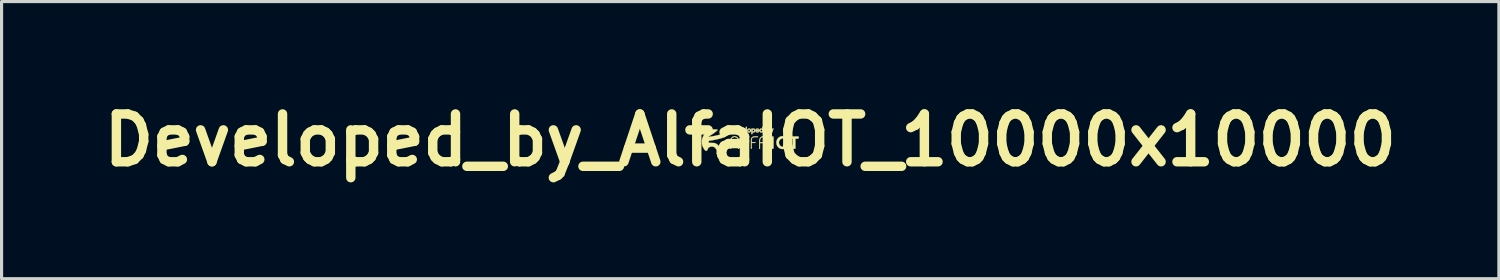
<source format=kicad_pcb>
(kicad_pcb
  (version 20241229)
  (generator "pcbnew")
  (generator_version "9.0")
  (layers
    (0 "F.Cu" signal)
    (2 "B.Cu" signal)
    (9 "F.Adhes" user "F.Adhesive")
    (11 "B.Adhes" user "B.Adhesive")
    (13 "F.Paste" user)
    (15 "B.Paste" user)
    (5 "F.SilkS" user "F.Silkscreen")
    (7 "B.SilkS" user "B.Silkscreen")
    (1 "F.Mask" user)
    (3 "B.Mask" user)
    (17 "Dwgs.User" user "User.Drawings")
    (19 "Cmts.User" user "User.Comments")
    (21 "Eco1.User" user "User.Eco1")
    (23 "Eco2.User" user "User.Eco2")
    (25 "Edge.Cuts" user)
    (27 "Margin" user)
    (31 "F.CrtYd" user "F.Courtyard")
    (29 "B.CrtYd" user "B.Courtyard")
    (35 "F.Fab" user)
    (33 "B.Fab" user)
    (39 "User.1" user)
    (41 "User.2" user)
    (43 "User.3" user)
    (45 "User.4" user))
  (footprint "Developed_by_AlfaIOT_10000x10000"
    (layer "F.Cu")
    (at 20.872 1.418)
    (property "Reference" "Developed_by_AlfaIOT_10000x10000" (at 0 0 0) (layer "F.SilkS") (effects (font (size 1.524 1.524) (thickness 0.3))))
    (attr through_hole)
    (fp_poly (pts (xy -0.109 -0.246) (xy -0.14 -0.246) (xy -0.14 -0.422) (xy -0.109 -0.422) (xy -0.109 -0.246)) (stroke (width 0.01) (type solid)) (fill yes) (layer "F.SilkS"))
    (fp_poly (pts (xy 1.539 -0.11) (xy 1.542 -0.103) (xy 1.544 -0.092) (xy 1.545 -0.081) (xy 1.544 -0.069) (xy 1.541 -0.059) (xy 1.539 -0.055) (xy 1.534 -0.048) (xy 1.439 -0.047) (xy 1.438 0.274) (xy 1.361 0.274) (xy 1.361 -0.048) (xy 1.268 -0.048) (xy 1.263 -0.055) (xy 1.26 -0.059) (xy 1.258 -0.065) (xy 1.257 -0.073) (xy 1.257 -0.083) (xy 1.258 -0.094) (xy 1.258 -0.101) (xy 1.26 -0.106) (xy 1.263 -0.11) (xy 1.268 -0.117) (xy 1.401 -0.117) (xy 1.534 -0.117) (xy 1.539 -0.11)) (stroke (width 0.01) (type solid)) (fill yes) (layer "F.SilkS"))
    (fp_poly (pts (xy -0.334 -0.278) (xy -0.304 -0.367) (xy -0.287 -0.368) (xy -0.278 -0.368) (xy -0.274 -0.367) (xy -0.272 -0.366) (xy -0.272 -0.365) (xy -0.273 -0.362) (xy -0.276 -0.354) (xy -0.28 -0.344) (xy -0.285 -0.33) (xy -0.29 -0.315) (xy -0.295 -0.304) (xy -0.316 -0.246) (xy -0.333 -0.246) (xy -0.343 -0.247) (xy -0.348 -0.247) (xy -0.351 -0.249) (xy -0.353 -0.252) (xy -0.353 -0.253) (xy -0.361 -0.273) (xy -0.368 -0.293) (xy -0.375 -0.311) (xy -0.382 -0.328) (xy -0.387 -0.342) (xy -0.391 -0.354) (xy -0.394 -0.362) (xy -0.396 -0.367) (xy -0.396 -0.367) (xy -0.394 -0.368) (xy -0.388 -0.368) (xy -0.38 -0.368) (xy -0.364 -0.368) (xy -0.334 -0.278)) (stroke (width 0.01) (type solid)) (fill yes) (layer "F.SilkS"))
    (fp_poly (pts (xy -0.257 -0.117) (xy -0.246 -0.117) (xy -0.246 0.025) (xy -0.246 0.06) (xy -0.246 0.091) (xy -0.246 0.118) (xy -0.246 0.141) (xy -0.245 0.159) (xy -0.245 0.172) (xy -0.244 0.18) (xy -0.244 0.182) (xy -0.237 0.202) (xy -0.227 0.22) (xy -0.214 0.234) (xy -0.196 0.244) (xy -0.176 0.251) (xy -0.176 0.251) (xy -0.169 0.252) (xy -0.158 0.253) (xy -0.143 0.253) (xy -0.126 0.254) (xy -0.108 0.254) (xy -0.104 0.254) (xy -0.046 0.254) (xy -0.046 0.274) (xy -0.114 0.274) (xy -0.138 0.274) (xy -0.158 0.274) (xy -0.173 0.273) (xy -0.183 0.272) (xy -0.19 0.271) (xy -0.192 0.271) (xy -0.213 0.261) (xy -0.232 0.248) (xy -0.247 0.231) (xy -0.257 0.214) (xy -0.265 0.197) (xy -0.266 0.04) (xy -0.267 -0.117) (xy -0.257 -0.117)) (stroke (width 0.01) (type solid)) (fill yes) (layer "F.SilkS"))
    (fp_poly (pts (xy 0.246 -0.097) (xy 0.176 -0.096) (xy 0.155 -0.096) (xy 0.139 -0.096) (xy 0.126 -0.095) (xy 0.116 -0.095) (xy 0.109 -0.094) (xy 0.104 -0.093) (xy 0.099 -0.092) (xy 0.095 -0.091) (xy 0.092 -0.089) (xy 0.08 -0.082) (xy 0.067 -0.071) (xy 0.057 -0.058) (xy 0.05 -0.045) (xy 0.049 -0.044) (xy 0.048 -0.039) (xy 0.046 -0.034) (xy 0.045 -0.027) (xy 0.045 -0.018) (xy 0.045 -0.005) (xy 0.044 0.011) (xy 0.044 0.018) (xy 0.044 0.067) (xy 0.104 0.068) (xy 0.163 0.069) (xy 0.163 0.089) (xy 0.043 0.089) (xy 0.043 0.274) (xy 0.023 0.274) (xy 0.023 0.119) (xy 0.024 -0.037) (xy 0.034 -0.056) (xy 0.046 -0.076) (xy 0.062 -0.092) (xy 0.081 -0.105) (xy 0.086 -0.107) (xy 0.103 -0.116) (xy 0.175 -0.116) (xy 0.246 -0.117) (xy 0.246 -0.097)) (stroke (width 0.01) (type solid)) (fill yes) (layer "F.SilkS"))
    (fp_poly (pts (xy -0.591 -0.408) (xy -0.574 -0.407) (xy -0.56 -0.404) (xy -0.549 -0.399) (xy -0.54 -0.392) (xy -0.533 -0.382) (xy -0.528 -0.375) (xy -0.521 -0.358) (xy -0.517 -0.34) (xy -0.517 -0.321) (xy -0.52 -0.303) (xy -0.525 -0.286) (xy -0.534 -0.272) (xy -0.546 -0.261) (xy -0.548 -0.259) (xy -0.556 -0.254) (xy -0.563 -0.251) (xy -0.572 -0.249) (xy -0.582 -0.247) (xy -0.595 -0.247) (xy -0.611 -0.246) (xy -0.614 -0.246) (xy -0.65 -0.246) (xy -0.65 -0.274) (xy -0.62 -0.274) (xy -0.598 -0.275) (xy -0.583 -0.277) (xy -0.573 -0.279) (xy -0.568 -0.281) (xy -0.56 -0.288) (xy -0.554 -0.298) (xy -0.551 -0.311) (xy -0.55 -0.328) (xy -0.55 -0.329) (xy -0.551 -0.346) (xy -0.554 -0.359) (xy -0.561 -0.369) (xy -0.57 -0.375) (xy -0.584 -0.379) (xy -0.598 -0.38) (xy -0.62 -0.382) (xy -0.62 -0.274) (xy -0.65 -0.274) (xy -0.65 -0.409) (xy -0.612 -0.409) (xy -0.591 -0.408)) (stroke (width 0.01) (type solid)) (fill yes) (layer "F.SilkS"))
    (fp_poly (pts (xy -0.012 -0.365) (xy -0.004 -0.361) (xy 0.009 -0.35) (xy 0.018 -0.336) (xy 0.023 -0.321) (xy 0.025 -0.305) (xy 0.022 -0.289) (xy 0.016 -0.274) (xy 0.005 -0.261) (xy 0.004 -0.259) (xy -0.011 -0.249) (xy -0.027 -0.244) (xy -0.044 -0.244) (xy -0.061 -0.249) (xy -0.063 -0.25) (xy -0.077 -0.259) (xy -0.087 -0.272) (xy -0.094 -0.287) (xy -0.096 -0.306) (xy -0.096 -0.306) (xy -0.066 -0.306) (xy -0.064 -0.295) (xy -0.058 -0.284) (xy -0.05 -0.277) (xy -0.04 -0.273) (xy -0.029 -0.274) (xy -0.019 -0.28) (xy -0.017 -0.282) (xy -0.011 -0.291) (xy -0.008 -0.303) (xy -0.008 -0.315) (xy -0.012 -0.326) (xy -0.019 -0.335) (xy -0.02 -0.335) (xy -0.028 -0.339) (xy -0.039 -0.34) (xy -0.048 -0.338) (xy -0.052 -0.336) (xy -0.057 -0.331) (xy -0.062 -0.322) (xy -0.065 -0.312) (xy -0.066 -0.306) (xy -0.096 -0.306) (xy -0.096 -0.308) (xy -0.095 -0.324) (xy -0.089 -0.338) (xy -0.08 -0.351) (xy -0.075 -0.355) (xy -0.061 -0.365) (xy -0.045 -0.37) (xy -0.029 -0.37) (xy -0.012 -0.365)) (stroke (width 0.01) (type solid)) (fill yes) (layer "F.SilkS"))
    (fp_poly (pts (xy 0.118 -0.368) (xy 0.132 -0.362) (xy 0.144 -0.353) (xy 0.152 -0.341) (xy 0.157 -0.327) (xy 0.16 -0.311) (xy 0.16 -0.295) (xy 0.157 -0.282) (xy 0.157 -0.281) (xy 0.148 -0.267) (xy 0.137 -0.255) (xy 0.123 -0.248) (xy 0.109 -0.244) (xy 0.093 -0.245) (xy 0.08 -0.25) (xy 0.069 -0.256) (xy 0.069 -0.193) (xy 0.035 -0.193) (xy 0.036 -0.28) (xy 0.036 -0.311) (xy 0.069 -0.311) (xy 0.07 -0.299) (xy 0.074 -0.288) (xy 0.081 -0.28) (xy 0.091 -0.274) (xy 0.093 -0.274) (xy 0.102 -0.274) (xy 0.112 -0.277) (xy 0.116 -0.279) (xy 0.123 -0.286) (xy 0.128 -0.296) (xy 0.129 -0.308) (xy 0.127 -0.319) (xy 0.126 -0.322) (xy 0.118 -0.333) (xy 0.109 -0.339) (xy 0.098 -0.34) (xy 0.088 -0.338) (xy 0.079 -0.331) (xy 0.072 -0.322) (xy 0.069 -0.311) (xy 0.036 -0.311) (xy 0.037 -0.367) (xy 0.051 -0.368) (xy 0.06 -0.368) (xy 0.064 -0.368) (xy 0.066 -0.366) (xy 0.066 -0.362) (xy 0.066 -0.362) (xy 0.066 -0.355) (xy 0.073 -0.36) (xy 0.087 -0.367) (xy 0.102 -0.37) (xy 0.118 -0.368)) (stroke (width 0.01) (type solid)) (fill yes) (layer "F.SilkS"))
    (fp_poly (pts (xy 0.417 -0.246) (xy 0.401 -0.246) (xy 0.393 -0.247) (xy 0.388 -0.247) (xy 0.386 -0.249) (xy 0.386 -0.251) (xy 0.386 -0.255) (xy 0.384 -0.256) (xy 0.38 -0.254) (xy 0.376 -0.251) (xy 0.367 -0.247) (xy 0.356 -0.245) (xy 0.344 -0.244) (xy 0.333 -0.246) (xy 0.329 -0.247) (xy 0.315 -0.256) (xy 0.304 -0.268) (xy 0.297 -0.28) (xy 0.293 -0.296) (xy 0.292 -0.307) (xy 0.323 -0.307) (xy 0.326 -0.294) (xy 0.326 -0.293) (xy 0.333 -0.282) (xy 0.342 -0.276) (xy 0.352 -0.273) (xy 0.363 -0.275) (xy 0.37 -0.278) (xy 0.378 -0.286) (xy 0.382 -0.297) (xy 0.383 -0.311) (xy 0.381 -0.32) (xy 0.378 -0.326) (xy 0.372 -0.332) (xy 0.366 -0.337) (xy 0.361 -0.34) (xy 0.355 -0.34) (xy 0.351 -0.34) (xy 0.339 -0.336) (xy 0.331 -0.329) (xy 0.325 -0.319) (xy 0.323 -0.307) (xy 0.292 -0.307) (xy 0.292 -0.313) (xy 0.296 -0.33) (xy 0.301 -0.342) (xy 0.312 -0.355) (xy 0.325 -0.364) (xy 0.339 -0.369) (xy 0.354 -0.369) (xy 0.369 -0.366) (xy 0.373 -0.364) (xy 0.384 -0.358) (xy 0.384 -0.422) (xy 0.417 -0.422) (xy 0.417 -0.246)) (stroke (width 0.01) (type solid)) (fill yes) (layer "F.SilkS"))
    (fp_poly (pts (xy 0.634 -0.368) (xy 0.634 -0.368) (xy 0.651 -0.367) (xy 0.666 -0.324) (xy 0.68 -0.281) (xy 0.694 -0.324) (xy 0.708 -0.367) (xy 0.725 -0.368) (xy 0.733 -0.368) (xy 0.739 -0.368) (xy 0.742 -0.367) (xy 0.741 -0.364) (xy 0.738 -0.357) (xy 0.735 -0.347) (xy 0.73 -0.334) (xy 0.724 -0.319) (xy 0.718 -0.303) (xy 0.712 -0.286) (xy 0.706 -0.27) (xy 0.699 -0.254) (xy 0.694 -0.24) (xy 0.689 -0.228) (xy 0.686 -0.219) (xy 0.684 -0.214) (xy 0.683 -0.213) (xy 0.675 -0.202) (xy 0.664 -0.195) (xy 0.65 -0.191) (xy 0.647 -0.191) (xy 0.632 -0.19) (xy 0.632 -0.204) (xy 0.633 -0.212) (xy 0.634 -0.217) (xy 0.636 -0.218) (xy 0.637 -0.218) (xy 0.647 -0.221) (xy 0.656 -0.227) (xy 0.659 -0.233) (xy 0.661 -0.239) (xy 0.663 -0.243) (xy 0.663 -0.244) (xy 0.662 -0.247) (xy 0.66 -0.254) (xy 0.656 -0.264) (xy 0.651 -0.278) (xy 0.645 -0.293) (xy 0.64 -0.306) (xy 0.634 -0.323) (xy 0.628 -0.337) (xy 0.624 -0.35) (xy 0.62 -0.36) (xy 0.618 -0.366) (xy 0.617 -0.367) (xy 0.62 -0.368) (xy 0.626 -0.368) (xy 0.634 -0.368)) (stroke (width 0.01) (type solid)) (fill yes) (layer "F.SilkS"))
    (fp_poly (pts (xy 0.531 -0.358) (xy 0.542 -0.364) (xy 0.556 -0.369) (xy 0.572 -0.369) (xy 0.586 -0.365) (xy 0.6 -0.357) (xy 0.611 -0.345) (xy 0.613 -0.342) (xy 0.618 -0.334) (xy 0.62 -0.326) (xy 0.622 -0.316) (xy 0.622 -0.311) (xy 0.622 -0.296) (xy 0.62 -0.284) (xy 0.615 -0.274) (xy 0.608 -0.264) (xy 0.595 -0.253) (xy 0.581 -0.246) (xy 0.566 -0.244) (xy 0.55 -0.247) (xy 0.542 -0.25) (xy 0.535 -0.254) (xy 0.53 -0.256) (xy 0.529 -0.257) (xy 0.528 -0.254) (xy 0.528 -0.251) (xy 0.528 -0.249) (xy 0.525 -0.247) (xy 0.52 -0.246) (xy 0.513 -0.246) (xy 0.498 -0.246) (xy 0.498 -0.303) (xy 0.532 -0.303) (xy 0.532 -0.303) (xy 0.535 -0.29) (xy 0.542 -0.281) (xy 0.551 -0.275) (xy 0.562 -0.273) (xy 0.573 -0.275) (xy 0.579 -0.279) (xy 0.586 -0.286) (xy 0.59 -0.296) (xy 0.591 -0.307) (xy 0.59 -0.319) (xy 0.588 -0.322) (xy 0.581 -0.332) (xy 0.572 -0.338) (xy 0.562 -0.34) (xy 0.552 -0.339) (xy 0.543 -0.334) (xy 0.537 -0.326) (xy 0.532 -0.316) (xy 0.532 -0.303) (xy 0.498 -0.303) (xy 0.498 -0.422) (xy 0.531 -0.422) (xy 0.531 -0.358)) (stroke (width 0.01) (type solid)) (fill yes) (layer "F.SilkS"))
    (fp_poly (pts (xy -0.437 -0.368) (xy -0.421 -0.362) (xy -0.416 -0.359) (xy -0.405 -0.349) (xy -0.397 -0.335) (xy -0.392 -0.318) (xy -0.392 -0.312) (xy -0.39 -0.295) (xy -0.483 -0.295) (xy -0.479 -0.287) (xy -0.472 -0.279) (xy -0.462 -0.274) (xy -0.452 -0.272) (xy -0.441 -0.274) (xy -0.431 -0.279) (xy -0.431 -0.279) (xy -0.426 -0.282) (xy -0.42 -0.284) (xy -0.411 -0.284) (xy -0.409 -0.284) (xy -0.401 -0.284) (xy -0.396 -0.283) (xy -0.394 -0.282) (xy -0.395 -0.279) (xy -0.398 -0.273) (xy -0.401 -0.269) (xy -0.411 -0.258) (xy -0.424 -0.25) (xy -0.439 -0.245) (xy -0.455 -0.244) (xy -0.47 -0.246) (xy -0.476 -0.249) (xy -0.491 -0.258) (xy -0.503 -0.271) (xy -0.51 -0.286) (xy -0.513 -0.304) (xy -0.513 -0.306) (xy -0.511 -0.323) (xy -0.48 -0.323) (xy -0.478 -0.321) (xy -0.471 -0.321) (xy -0.46 -0.32) (xy -0.451 -0.32) (xy -0.422 -0.32) (xy -0.425 -0.327) (xy -0.432 -0.335) (xy -0.441 -0.34) (xy -0.452 -0.342) (xy -0.457 -0.342) (xy -0.464 -0.34) (xy -0.471 -0.335) (xy -0.477 -0.329) (xy -0.48 -0.324) (xy -0.48 -0.323) (xy -0.511 -0.323) (xy -0.511 -0.324) (xy -0.505 -0.339) (xy -0.495 -0.352) (xy -0.483 -0.362) (xy -0.469 -0.368) (xy -0.453 -0.37) (xy -0.437 -0.368)) (stroke (width 0.01) (type solid)) (fill yes) (layer "F.SilkS"))
    (fp_poly (pts (xy -0.201 -0.368) (xy -0.185 -0.362) (xy -0.18 -0.359) (xy -0.169 -0.349) (xy -0.161 -0.335) (xy -0.156 -0.318) (xy -0.156 -0.312) (xy -0.154 -0.295) (xy -0.247 -0.295) (xy -0.243 -0.287) (xy -0.236 -0.279) (xy -0.226 -0.274) (xy -0.215 -0.272) (xy -0.204 -0.274) (xy -0.195 -0.279) (xy -0.195 -0.279) (xy -0.19 -0.282) (xy -0.184 -0.284) (xy -0.175 -0.284) (xy -0.173 -0.284) (xy -0.165 -0.284) (xy -0.159 -0.283) (xy -0.157 -0.282) (xy -0.159 -0.279) (xy -0.162 -0.273) (xy -0.165 -0.269) (xy -0.175 -0.258) (xy -0.188 -0.25) (xy -0.203 -0.245) (xy -0.219 -0.244) (xy -0.234 -0.246) (xy -0.24 -0.249) (xy -0.255 -0.258) (xy -0.266 -0.271) (xy -0.274 -0.286) (xy -0.277 -0.304) (xy -0.277 -0.306) (xy -0.275 -0.323) (xy -0.244 -0.323) (xy -0.241 -0.321) (xy -0.235 -0.321) (xy -0.224 -0.32) (xy -0.215 -0.32) (xy -0.185 -0.32) (xy -0.189 -0.327) (xy -0.196 -0.335) (xy -0.205 -0.34) (xy -0.216 -0.342) (xy -0.221 -0.342) (xy -0.227 -0.34) (xy -0.235 -0.335) (xy -0.24 -0.329) (xy -0.244 -0.324) (xy -0.244 -0.323) (xy -0.275 -0.323) (xy -0.275 -0.324) (xy -0.268 -0.339) (xy -0.259 -0.352) (xy -0.247 -0.362) (xy -0.232 -0.368) (xy -0.217 -0.37) (xy -0.201 -0.368)) (stroke (width 0.01) (type solid)) (fill yes) (layer "F.SilkS"))
    (fp_poly (pts (xy 0.241 -0.368) (xy 0.257 -0.362) (xy 0.262 -0.359) (xy 0.273 -0.349) (xy 0.281 -0.335) (xy 0.286 -0.318) (xy 0.286 -0.312) (xy 0.288 -0.295) (xy 0.195 -0.295) (xy 0.199 -0.287) (xy 0.206 -0.279) (xy 0.216 -0.274) (xy 0.227 -0.272) (xy 0.238 -0.274) (xy 0.247 -0.279) (xy 0.247 -0.279) (xy 0.252 -0.282) (xy 0.258 -0.284) (xy 0.267 -0.284) (xy 0.269 -0.284) (xy 0.277 -0.284) (xy 0.283 -0.283) (xy 0.284 -0.282) (xy 0.283 -0.279) (xy 0.28 -0.273) (xy 0.277 -0.269) (xy 0.267 -0.258) (xy 0.254 -0.25) (xy 0.239 -0.245) (xy 0.223 -0.244) (xy 0.208 -0.246) (xy 0.202 -0.249) (xy 0.187 -0.258) (xy 0.176 -0.271) (xy 0.168 -0.286) (xy 0.165 -0.304) (xy 0.165 -0.306) (xy 0.167 -0.323) (xy 0.198 -0.323) (xy 0.201 -0.321) (xy 0.207 -0.321) (xy 0.218 -0.32) (xy 0.227 -0.32) (xy 0.257 -0.32) (xy 0.253 -0.327) (xy 0.246 -0.335) (xy 0.237 -0.34) (xy 0.226 -0.342) (xy 0.221 -0.342) (xy 0.215 -0.34) (xy 0.207 -0.335) (xy 0.202 -0.329) (xy 0.198 -0.324) (xy 0.198 -0.323) (xy 0.167 -0.323) (xy 0.167 -0.324) (xy 0.174 -0.339) (xy 0.183 -0.352) (xy 0.195 -0.362) (xy 0.209 -0.368) (xy 0.225 -0.37) (xy 0.241 -0.368)) (stroke (width 0.01) (type solid)) (fill yes) (layer "F.SilkS"))
    (fp_poly (pts (xy 0.445 -0.12) (xy 0.455 -0.118) (xy 0.479 -0.11) (xy 0.5 -0.097) (xy 0.518 -0.081) (xy 0.533 -0.062) (xy 0.544 -0.041) (xy 0.55 -0.018) (xy 0.551 -0.014) (xy 0.552 -0.008) (xy 0.552 0.003) (xy 0.552 0.017) (xy 0.553 0.035) (xy 0.553 0.056) (xy 0.553 0.079) (xy 0.554 0.105) (xy 0.554 0.131) (xy 0.554 0.142) (xy 0.554 0.279) (xy 0.531 0.279) (xy 0.531 0.094) (xy 0.31 0.094) (xy 0.31 0.279) (xy 0.287 0.279) (xy 0.287 0.139) (xy 0.287 0.106) (xy 0.287 0.079) (xy 0.287 0.055) (xy 0.288 0.035) (xy 0.288 0.032) (xy 0.31 0.032) (xy 0.31 0.071) (xy 0.531 0.071) (xy 0.531 0.035) (xy 0.53 0.012) (xy 0.528 -0.007) (xy 0.525 -0.023) (xy 0.52 -0.037) (xy 0.512 -0.05) (xy 0.502 -0.062) (xy 0.498 -0.067) (xy 0.481 -0.081) (xy 0.462 -0.091) (xy 0.442 -0.098) (xy 0.421 -0.1) (xy 0.4 -0.099) (xy 0.38 -0.093) (xy 0.361 -0.084) (xy 0.344 -0.071) (xy 0.33 -0.055) (xy 0.326 -0.049) (xy 0.32 -0.037) (xy 0.316 -0.026) (xy 0.313 -0.013) (xy 0.311 0.002) (xy 0.31 0.02) (xy 0.31 0.032) (xy 0.288 0.032) (xy 0.288 0.018) (xy 0.289 0.004) (xy 0.29 -0.007) (xy 0.291 -0.017) (xy 0.292 -0.024) (xy 0.294 -0.031) (xy 0.296 -0.037) (xy 0.299 -0.043) (xy 0.302 -0.05) (xy 0.302 -0.051) (xy 0.311 -0.064) (xy 0.322 -0.078) (xy 0.335 -0.091) (xy 0.348 -0.102) (xy 0.357 -0.107) (xy 0.377 -0.115) (xy 0.399 -0.12) (xy 0.423 -0.122) (xy 0.445 -0.12)) (stroke (width 0.01) (type solid)) (fill yes) (layer "F.SilkS"))
    (fp_poly (pts (xy 0.718 -0.117) (xy 0.726 -0.116) (xy 0.732 -0.115) (xy 0.736 -0.114) (xy 0.737 -0.112) (xy 0.738 -0.111) (xy 0.739 -0.109) (xy 0.74 -0.106) (xy 0.74 -0.101) (xy 0.74 -0.095) (xy 0.741 -0.086) (xy 0.741 -0.075) (xy 0.741 -0.062) (xy 0.741 -0.045) (xy 0.742 -0.024) (xy 0.742 0.001) (xy 0.742 0.029) (xy 0.742 0.062) (xy 0.742 0.079) (xy 0.742 0.114) (xy 0.742 0.145) (xy 0.742 0.171) (xy 0.742 0.193) (xy 0.741 0.212) (xy 0.741 0.227) (xy 0.741 0.239) (xy 0.741 0.249) (xy 0.74 0.256) (xy 0.74 0.261) (xy 0.739 0.265) (xy 0.739 0.267) (xy 0.738 0.269) (xy 0.737 0.27) (xy 0.737 0.27) (xy 0.734 0.272) (xy 0.729 0.273) (xy 0.721 0.274) (xy 0.71 0.274) (xy 0.705 0.274) (xy 0.693 0.274) (xy 0.683 0.274) (xy 0.677 0.273) (xy 0.674 0.272) (xy 0.672 0.271) (xy 0.671 0.27) (xy 0.67 0.267) (xy 0.669 0.264) (xy 0.668 0.259) (xy 0.667 0.252) (xy 0.667 0.243) (xy 0.666 0.232) (xy 0.666 0.218) (xy 0.666 0.2) (xy 0.666 0.179) (xy 0.666 0.154) (xy 0.665 0.125) (xy 0.665 0.092) (xy 0.665 0.079) (xy 0.665 0.043) (xy 0.666 0.013) (xy 0.666 -0.014) (xy 0.666 -0.036) (xy 0.666 -0.055) (xy 0.666 -0.07) (xy 0.667 -0.082) (xy 0.667 -0.092) (xy 0.668 -0.099) (xy 0.669 -0.105) (xy 0.669 -0.109) (xy 0.671 -0.111) (xy 0.672 -0.113) (xy 0.674 -0.114) (xy 0.674 -0.115) (xy 0.678 -0.116) (xy 0.685 -0.116) (xy 0.695 -0.117) (xy 0.705 -0.117) (xy 0.718 -0.117)) (stroke (width 0.01) (type solid)) (fill yes) (layer "F.SilkS"))
    (fp_poly (pts (xy -0.474 -0.12) (xy -0.464 -0.118) (xy -0.442 -0.11) (xy -0.422 -0.099) (xy -0.404 -0.084) (xy -0.389 -0.067) (xy -0.38 -0.052) (xy -0.377 -0.046) (xy -0.375 -0.04) (xy -0.373 -0.034) (xy -0.371 -0.028) (xy -0.37 -0.02) (xy -0.368 -0.011) (xy -0.368 0.000411) (xy -0.367 0.014) (xy -0.366 0.03) (xy -0.366 0.05) (xy -0.366 0.073) (xy -0.366 0.1) (xy -0.366 0.132) (xy -0.366 0.138) (xy -0.366 0.279) (xy -0.389 0.279) (xy -0.389 0.094) (xy -0.61 0.094) (xy -0.61 0.279) (xy -0.632 0.279) (xy -0.632 0.139) (xy -0.632 0.106) (xy -0.632 0.078) (xy -0.632 0.054) (xy -0.632 0.034) (xy -0.632 0.032) (xy -0.61 0.032) (xy -0.61 0.071) (xy -0.389 0.071) (xy -0.389 0.035) (xy -0.389 0.012) (xy -0.391 -0.007) (xy -0.394 -0.023) (xy -0.4 -0.037) (xy -0.407 -0.05) (xy -0.417 -0.062) (xy -0.421 -0.067) (xy -0.438 -0.081) (xy -0.457 -0.092) (xy -0.478 -0.098) (xy -0.499 -0.1) (xy -0.52 -0.099) (xy -0.54 -0.093) (xy -0.559 -0.084) (xy -0.576 -0.071) (xy -0.59 -0.055) (xy -0.594 -0.047) (xy -0.6 -0.036) (xy -0.604 -0.026) (xy -0.607 -0.014) (xy -0.609 -0.001) (xy -0.609 0.015) (xy -0.61 0.032) (xy -0.632 0.032) (xy -0.631 0.018) (xy -0.631 0.004) (xy -0.63 -0.008) (xy -0.629 -0.017) (xy -0.627 -0.025) (xy -0.625 -0.032) (xy -0.623 -0.038) (xy -0.621 -0.044) (xy -0.618 -0.05) (xy -0.617 -0.051) (xy -0.609 -0.064) (xy -0.598 -0.077) (xy -0.585 -0.09) (xy -0.572 -0.101) (xy -0.562 -0.107) (xy -0.543 -0.115) (xy -0.52 -0.12) (xy -0.497 -0.122) (xy -0.474 -0.12)) (stroke (width 0.01) (type solid)) (fill yes) (layer "F.SilkS"))
    (fp_poly (pts (xy 1.057 -0.125) (xy 1.089 -0.118) (xy 1.119 -0.107) (xy 1.145 -0.092) (xy 1.169 -0.073) (xy 1.19 -0.051) (xy 1.207 -0.025) (xy 1.22 0.004) (xy 1.225 0.02) (xy 1.228 0.034) (xy 1.23 0.051) (xy 1.231 0.071) (xy 1.231 0.09) (xy 1.23 0.109) (xy 1.228 0.126) (xy 1.226 0.135) (xy 1.215 0.164) (xy 1.201 0.192) (xy 1.182 0.216) (xy 1.161 0.238) (xy 1.137 0.255) (xy 1.11 0.269) (xy 1.086 0.277) (xy 1.068 0.28) (xy 1.047 0.283) (xy 1.027 0.283) (xy 1.009 0.282) (xy 1.004 0.282) (xy 0.973 0.275) (xy 0.944 0.263) (xy 0.918 0.247) (xy 0.895 0.227) (xy 0.874 0.204) (xy 0.858 0.178) (xy 0.852 0.166) (xy 0.842 0.138) (xy 0.837 0.109) (xy 0.835 0.079) (xy 0.914 0.079) (xy 0.917 0.105) (xy 0.923 0.13) (xy 0.934 0.152) (xy 0.948 0.172) (xy 0.966 0.188) (xy 0.987 0.201) (xy 0.997 0.205) (xy 1.016 0.21) (xy 1.036 0.211) (xy 1.057 0.208) (xy 1.067 0.206) (xy 1.088 0.197) (xy 1.107 0.184) (xy 1.122 0.168) (xy 1.135 0.149) (xy 1.144 0.128) (xy 1.15 0.106) (xy 1.153 0.083) (xy 1.151 0.059) (xy 1.146 0.036) (xy 1.137 0.013) (xy 1.128 -0.003) (xy 1.117 -0.016) (xy 1.103 -0.029) (xy 1.088 -0.04) (xy 1.075 -0.046) (xy 1.059 -0.051) (xy 1.041 -0.053) (xy 1.022 -0.053) (xy 1.006 -0.05) (xy 1 -0.048) (xy 0.977 -0.038) (xy 0.958 -0.023) (xy 0.941 -0.005) (xy 0.928 0.016) (xy 0.919 0.04) (xy 0.918 0.042) (xy 0.916 0.052) (xy 0.915 0.065) (xy 0.914 0.077) (xy 0.914 0.079) (xy 0.835 0.079) (xy 0.835 0.078) (xy 0.837 0.047) (xy 0.843 0.017) (xy 0.853 -0.011) (xy 0.853 -0.012) (xy 0.867 -0.036) (xy 0.885 -0.06) (xy 0.906 -0.08) (xy 0.929 -0.097) (xy 0.933 -0.1) (xy 0.956 -0.111) (xy 0.983 -0.12) (xy 1.011 -0.125) (xy 1.039 -0.126) (xy 1.057 -0.125)) (stroke (width 0.01) (type solid)) (fill yes) (layer "F.SilkS"))
    (fp_poly (pts (xy -1.106 -0.339) (xy -1.071 -0.335) (xy -1.053 -0.331) (xy -1.035 -0.327) (xy -1.05 -0.313) (xy -1.084 -0.284) (xy -1.119 -0.255) (xy -1.157 -0.227) (xy -1.195 -0.2) (xy -1.232 -0.175) (xy -1.268 -0.153) (xy -1.296 -0.137) (xy -1.31 -0.129) (xy -1.32 -0.123) (xy -1.326 -0.118) (xy -1.328 -0.114) (xy -1.328 -0.11) (xy -1.325 -0.107) (xy -1.323 -0.106) (xy -1.319 -0.105) (xy -1.312 -0.105) (xy -1.303 -0.106) (xy -1.29 -0.108) (xy -1.273 -0.11) (xy -1.272 -0.11) (xy -1.194 -0.123) (xy -1.118 -0.137) (xy -1.045 -0.154) (xy -0.975 -0.172) (xy -0.909 -0.193) (xy -0.895 -0.198) (xy -0.851 -0.213) (xy -0.844 -0.205) (xy -0.832 -0.191) (xy -0.821 -0.177) (xy -0.811 -0.163) (xy -0.803 -0.149) (xy -0.797 -0.137) (xy -0.793 -0.127) (xy -0.792 -0.122) (xy -0.793 -0.115) (xy -0.796 -0.11) (xy -0.8 -0.105) (xy -0.808 -0.1) (xy -0.819 -0.095) (xy -0.835 -0.09) (xy -0.84 -0.088) (xy -0.884 -0.074) (xy -0.931 -0.06) (xy -0.979 -0.047) (xy -1.027 -0.035) (xy -1.075 -0.024) (xy -1.122 -0.013) (xy -1.167 -0.004) (xy -1.21 0.003) (xy -1.249 0.009) (xy -1.276 0.013) (xy -1.292 0.015) (xy -1.304 0.017) (xy -1.312 0.02) (xy -1.318 0.024) (xy -1.322 0.029) (xy -1.328 0.042) (xy -1.329 0.055) (xy -1.326 0.067) (xy -1.318 0.078) (xy -1.309 0.085) (xy -1.305 0.086) (xy -1.295 0.087) (xy -1.281 0.088) (xy -1.262 0.088) (xy -1.237 0.089) (xy -1.228 0.089) (xy -1.206 0.09) (xy -1.189 0.09) (xy -1.175 0.09) (xy -1.164 0.091) (xy -1.156 0.092) (xy -1.149 0.093) (xy -1.142 0.094) (xy -1.136 0.095) (xy -1.13 0.097) (xy -1.13 0.097) (xy -1.099 0.109) (xy -1.07 0.125) (xy -1.045 0.144) (xy -1.022 0.168) (xy -1.002 0.196) (xy -0.984 0.227) (xy -0.969 0.264) (xy -0.956 0.304) (xy -0.947 0.344) (xy -0.944 0.362) (xy -0.942 0.375) (xy -0.941 0.385) (xy -0.942 0.392) (xy -0.944 0.398) (xy -0.948 0.402) (xy -0.953 0.406) (xy -0.961 0.411) (xy -0.972 0.417) (xy -0.986 0.423) (xy -1.001 0.429) (xy -1.017 0.435) (xy -1.032 0.44) (xy -1.046 0.444) (xy -1.056 0.446) (xy -1.062 0.447) (xy -1.067 0.445) (xy -1.072 0.442) (xy -1.075 0.438) (xy -1.076 0.433) (xy -1.076 0.426) (xy -1.074 0.416) (xy -1.071 0.404) (xy -1.067 0.382) (xy -1.067 0.358) (xy -1.07 0.334) (xy -1.077 0.309) (xy -1.086 0.287) (xy -1.088 0.283) (xy -1.104 0.261) (xy -1.122 0.242) (xy -1.143 0.227) (xy -1.166 0.215) (xy -1.191 0.208) (xy -1.217 0.204) (xy -1.243 0.205) (xy -1.269 0.21) (xy -1.294 0.219) (xy -1.314 0.23) (xy -1.333 0.245) (xy -1.347 0.263) (xy -1.358 0.284) (xy -1.363 0.3) (xy -1.366 0.31) (xy -1.37 0.319) (xy -1.373 0.324) (xy -1.383 0.333) (xy -1.395 0.339) (xy -1.409 0.34) (xy -1.423 0.337) (xy -1.423 0.337) (xy -1.432 0.331) (xy -1.442 0.322) (xy -1.454 0.309) (xy -1.465 0.293) (xy -1.477 0.275) (xy -1.489 0.256) (xy -1.5 0.235) (xy -1.51 0.215) (xy -1.518 0.195) (xy -1.522 0.185) (xy -1.528 0.167) (xy -1.532 0.15) (xy -1.536 0.135) (xy -1.538 0.119) (xy -1.539 0.102) (xy -1.54 0.082) (xy -1.54 0.058) (xy -1.54 0.057) (xy -1.54 0.033) (xy -1.539 0.013) (xy -1.538 -0.004) (xy -1.536 -0.02) (xy -1.532 -0.035) (xy -1.528 -0.051) (xy -1.523 -0.068) (xy -1.506 -0.109) (xy -1.486 -0.147) (xy -1.461 -0.183) (xy -1.433 -0.216) (xy -1.402 -0.246) (xy -1.368 -0.272) (xy -1.331 -0.294) (xy -1.292 -0.313) (xy -1.251 -0.327) (xy -1.212 -0.335) (xy -1.178 -0.339) (xy -1.142 -0.341) (xy -1.106 -0.339)) (stroke (width 0.01) (type solid)) (fill yes) (layer "F.SilkS")))
  (gr_rect
    (start -3 -3)
    (end 44.743 5.836)
    (stroke (width 0.1) (type default))
    (fill no)
    (layer "Edge.Cuts")))
</source>
